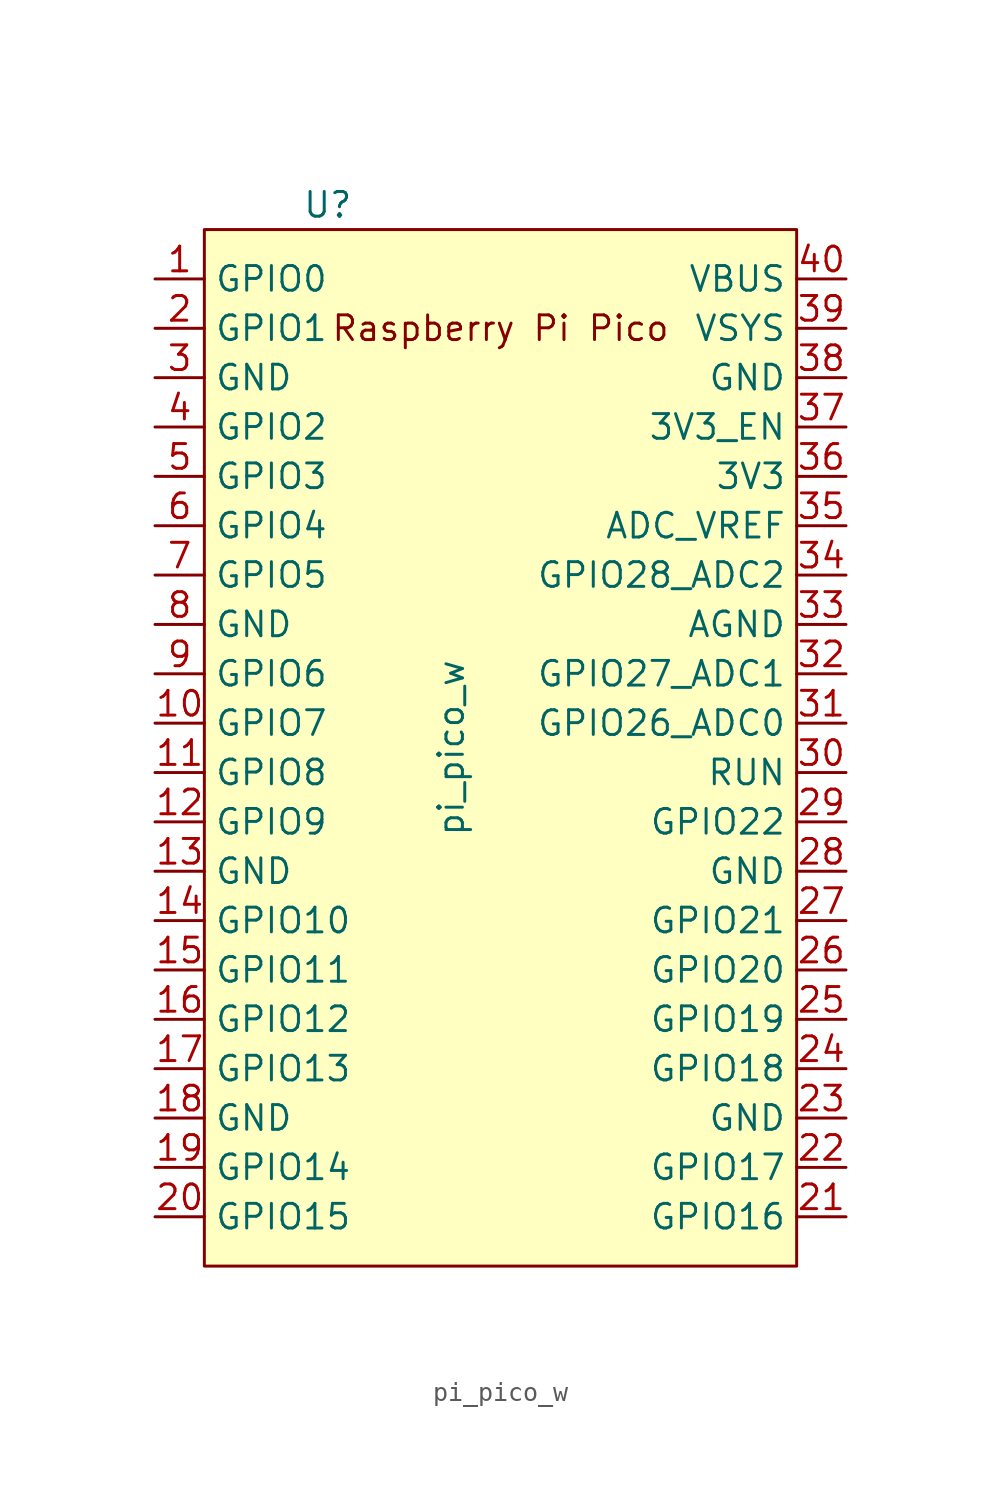
<source format=kicad_sym>
(kicad_symbol_lib
  (version 20220914)
  (generator kicad_symbol_editor)
  (symbol "pi_pico_w"
    (property "Reference" "U"
      (at -10.16 27.94 0)
      (effects (font (size 1.27 1.27))))
    (property "Value" "pi_pico_w"
      (at -3.81 0 90)
      (effects (font (size 1.27 1.27))))
    (symbol "pi_pico_w_0_0"
      (text "Raspberry Pi Pico" (at -1.27 21.59 0) (effects (font (size 1.27 1.27)))))
    (symbol "pi_pico_w_0_1"
      (rectangle (start -16.51 26.67) (end 13.97 -26.67) (stroke (width 0) (type default)) (fill (type background))))
    (symbol "pi_pico_w_1_1"
      (pin bidirectional line (at -19.05 24.13 0) (length 2.54) (name "GPIO0" (effects (font (size 1.27 1.27)))) (number "1" (effects (font (size 1.27 1.27)))))
      (pin bidirectional line (at -19.05 1.27 0) (length 2.54) (name "GPIO7" (effects (font (size 1.27 1.27)))) (number "10" (effects (font (size 1.27 1.27)))))
      (pin bidirectional line (at -19.05 -1.27 0) (length 2.54) (name "GPIO8" (effects (font (size 1.27 1.27)))) (number "11" (effects (font (size 1.27 1.27)))))
      (pin bidirectional line (at -19.05 -3.81 0) (length 2.54) (name "GPIO9" (effects (font (size 1.27 1.27)))) (number "12" (effects (font (size 1.27 1.27)))))
      (pin power_in line (at -19.05 -6.35 0) (length 2.54) (name "GND" (effects (font (size 1.27 1.27)))) (number "13" (effects (font (size 1.27 1.27)))))
      (pin bidirectional line (at -19.05 -8.89 0) (length 2.54) (name "GPIO10" (effects (font (size 1.27 1.27)))) (number "14" (effects (font (size 1.27 1.27)))))
      (pin bidirectional line (at -19.05 -11.43 0) (length 2.54) (name "GPIO11" (effects (font (size 1.27 1.27)))) (number "15" (effects (font (size 1.27 1.27)))))
      (pin bidirectional line (at -19.05 -13.97 0) (length 2.54) (name "GPIO12" (effects (font (size 1.27 1.27)))) (number "16" (effects (font (size 1.27 1.27)))))
      (pin bidirectional line (at -19.05 -16.51 0) (length 2.54) (name "GPIO13" (effects (font (size 1.27 1.27)))) (number "17" (effects (font (size 1.27 1.27)))))
      (pin power_in line (at -19.05 -19.05 0) (length 2.54) (name "GND" (effects (font (size 1.27 1.27)))) (number "18" (effects (font (size 1.27 1.27)))))
      (pin bidirectional line (at -19.05 -21.59 0) (length 2.54) (name "GPIO14" (effects (font (size 1.27 1.27)))) (number "19" (effects (font (size 1.27 1.27)))))
      (pin bidirectional line (at -19.05 21.59 0) (length 2.54) (name "GPIO1" (effects (font (size 1.27 1.27)))) (number "2" (effects (font (size 1.27 1.27)))))
      (pin bidirectional line (at -19.05 -24.13 0) (length 2.54) (name "GPIO15" (effects (font (size 1.27 1.27)))) (number "20" (effects (font (size 1.27 1.27)))))
      (pin bidirectional line (at 16.51 -24.13 180) (length 2.54) (name "GPIO16" (effects (font (size 1.27 1.27)))) (number "21" (effects (font (size 1.27 1.27)))))
      (pin bidirectional line (at 16.51 -21.59 180) (length 2.54) (name "GPIO17" (effects (font (size 1.27 1.27)))) (number "22" (effects (font (size 1.27 1.27)))))
      (pin power_in line (at 16.51 -19.05 180) (length 2.54) (name "GND" (effects (font (size 1.27 1.27)))) (number "23" (effects (font (size 1.27 1.27)))))
      (pin bidirectional line (at 16.51 -16.51 180) (length 2.54) (name "GPIO18" (effects (font (size 1.27 1.27)))) (number "24" (effects (font (size 1.27 1.27)))))
      (pin bidirectional line (at 16.51 -13.97 180) (length 2.54) (name "GPIO19" (effects (font (size 1.27 1.27)))) (number "25" (effects (font (size 1.27 1.27)))))
      (pin bidirectional line (at 16.51 -11.43 180) (length 2.54) (name "GPIO20" (effects (font (size 1.27 1.27)))) (number "26" (effects (font (size 1.27 1.27)))))
      (pin bidirectional line (at 16.51 -8.89 180) (length 2.54) (name "GPIO21" (effects (font (size 1.27 1.27)))) (number "27" (effects (font (size 1.27 1.27)))))
      (pin power_in line (at 16.51 -6.35 180) (length 2.54) (name "GND" (effects (font (size 1.27 1.27)))) (number "28" (effects (font (size 1.27 1.27)))))
      (pin bidirectional line (at 16.51 -3.81 180) (length 2.54) (name "GPIO22" (effects (font (size 1.27 1.27)))) (number "29" (effects (font (size 1.27 1.27)))))
      (pin power_in line (at -19.05 19.05 0) (length 2.54) (name "GND" (effects (font (size 1.27 1.27)))) (number "3" (effects (font (size 1.27 1.27)))))
      (pin input line (at 16.51 -1.27 180) (length 2.54) (name "RUN" (effects (font (size 1.27 1.27)))) (number "30" (effects (font (size 1.27 1.27)))))
      (pin bidirectional line (at 16.51 1.27 180) (length 2.54) (name "GPIO26_ADC0" (effects (font (size 1.27 1.27)))) (number "31" (effects (font (size 1.27 1.27)))))
      (pin bidirectional line (at 16.51 3.81 180) (length 2.54) (name "GPIO27_ADC1" (effects (font (size 1.27 1.27)))) (number "32" (effects (font (size 1.27 1.27)))))
      (pin power_in line (at 16.51 6.35 180) (length 2.54) (name "AGND" (effects (font (size 1.27 1.27)))) (number "33" (effects (font (size 1.27 1.27)))))
      (pin bidirectional line (at 16.51 8.89 180) (length 2.54) (name "GPIO28_ADC2" (effects (font (size 1.27 1.27)))) (number "34" (effects (font (size 1.27 1.27)))))
      (pin power_in line (at 16.51 11.43 180) (length 2.54) (name "ADC_VREF" (effects (font (size 1.27 1.27)))) (number "35" (effects (font (size 1.27 1.27)))))
      (pin power_in line (at 16.51 13.97 180) (length 2.54) (name "3V3" (effects (font (size 1.27 1.27)))) (number "36" (effects (font (size 1.27 1.27)))))
      (pin input line (at 16.51 16.51 180) (length 2.54) (name "3V3_EN" (effects (font (size 1.27 1.27)))) (number "37" (effects (font (size 1.27 1.27)))))
      (pin bidirectional line (at 16.51 19.05 180) (length 2.54) (name "GND" (effects (font (size 1.27 1.27)))) (number "38" (effects (font (size 1.27 1.27)))))
      (pin power_in line (at 16.51 21.59 180) (length 2.54) (name "VSYS" (effects (font (size 1.27 1.27)))) (number "39" (effects (font (size 1.27 1.27)))))
      (pin bidirectional line (at -19.05 16.51 0) (length 2.54) (name "GPIO2" (effects (font (size 1.27 1.27)))) (number "4" (effects (font (size 1.27 1.27)))))
      (pin power_in line (at 16.51 24.13 180) (length 2.54) (name "VBUS" (effects (font (size 1.27 1.27)))) (number "40" (effects (font (size 1.27 1.27)))))
      (pin bidirectional line (at -19.05 13.97 0) (length 2.54) (name "GPIO3" (effects (font (size 1.27 1.27)))) (number "5" (effects (font (size 1.27 1.27)))))
      (pin bidirectional line (at -19.05 11.43 0) (length 2.54) (name "GPIO4" (effects (font (size 1.27 1.27)))) (number "6" (effects (font (size 1.27 1.27)))))
      (pin bidirectional line (at -19.05 8.89 0) (length 2.54) (name "GPIO5" (effects (font (size 1.27 1.27)))) (number "7" (effects (font (size 1.27 1.27)))))
      (pin power_in line (at -19.05 6.35 0) (length 2.54) (name "GND" (effects (font (size 1.27 1.27)))) (number "8" (effects (font (size 1.27 1.27)))))
      (pin bidirectional line (at -19.05 3.81 0) (length 2.54) (name "GPIO6" (effects (font (size 1.27 1.27)))) (number "9" (effects (font (size 1.27 1.27))))))))
</source>
